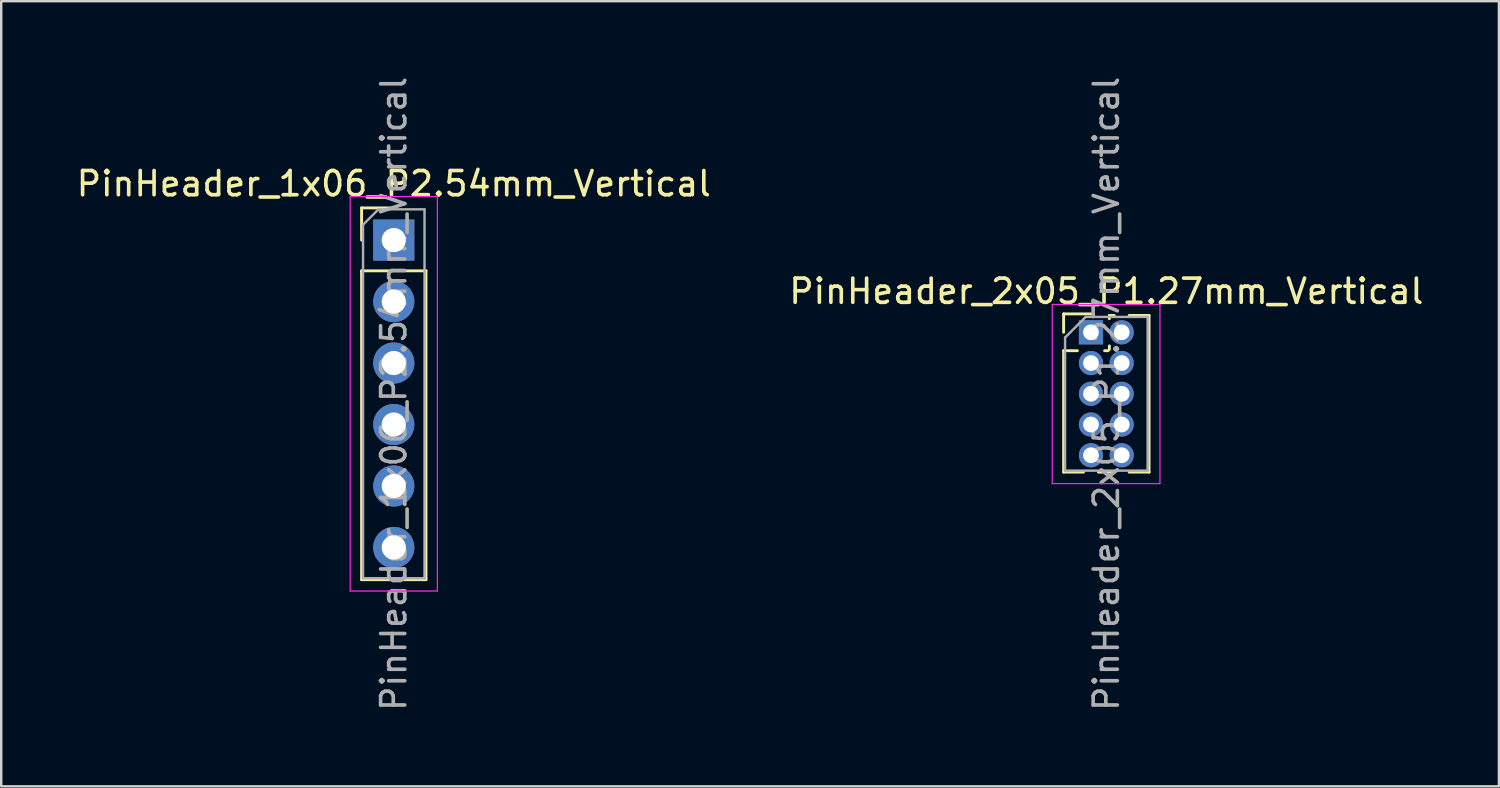
<source format=kicad_pcb>
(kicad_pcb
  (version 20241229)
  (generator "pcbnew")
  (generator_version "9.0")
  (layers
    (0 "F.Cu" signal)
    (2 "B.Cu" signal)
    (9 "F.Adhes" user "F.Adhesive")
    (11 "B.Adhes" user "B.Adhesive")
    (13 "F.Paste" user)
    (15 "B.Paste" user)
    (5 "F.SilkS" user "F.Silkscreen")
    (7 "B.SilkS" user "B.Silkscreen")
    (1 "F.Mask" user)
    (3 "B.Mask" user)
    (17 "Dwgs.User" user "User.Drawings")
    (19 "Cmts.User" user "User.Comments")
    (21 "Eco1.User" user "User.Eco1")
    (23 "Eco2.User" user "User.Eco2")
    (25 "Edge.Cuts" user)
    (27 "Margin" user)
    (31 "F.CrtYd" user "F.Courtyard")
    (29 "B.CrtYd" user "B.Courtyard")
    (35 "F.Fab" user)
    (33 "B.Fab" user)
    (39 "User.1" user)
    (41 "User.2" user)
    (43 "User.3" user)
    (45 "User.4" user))
  (footprint "PinHeader_1x06_P2.54mm_Vertical"
    (layer "F.Cu")
    (at 13.22 6.87)
    (property "Reference" "PinHeader_1x06_P2.54mm_Vertical" (at 0 -2.33 0) (layer "F.SilkS") (effects (font (size 1 1) (thickness 0.15))))
    (attr through_hole)
    (fp_line (start -1.33 -1.33) (end 0 -1.33) (stroke (width 0.12) (type solid)) (layer "F.SilkS"))
    (fp_line (start -1.33 0) (end -1.33 -1.33) (stroke (width 0.12) (type solid)) (layer "F.SilkS"))
    (fp_line (start -1.33 1.27) (end -1.33 14.03) (stroke (width 0.12) (type solid)) (layer "F.SilkS"))
    (fp_line (start -1.33 1.27) (end 1.33 1.27) (stroke (width 0.12) (type solid)) (layer "F.SilkS"))
    (fp_line (start -1.33 14.03) (end 1.33 14.03) (stroke (width 0.12) (type solid)) (layer "F.SilkS"))
    (fp_line (start 1.33 1.27) (end 1.33 14.03) (stroke (width 0.12) (type solid)) (layer "F.SilkS"))
    (fp_line (start -1.8 -1.8) (end -1.8 14.5) (stroke (width 0.05) (type solid)) (layer "F.CrtYd"))
    (fp_line (start -1.8 14.5) (end 1.8 14.5) (stroke (width 0.05) (type solid)) (layer "F.CrtYd"))
    (fp_line (start 1.8 -1.8) (end -1.8 -1.8) (stroke (width 0.05) (type solid)) (layer "F.CrtYd"))
    (fp_line (start 1.8 14.5) (end 1.8 -1.8) (stroke (width 0.05) (type solid)) (layer "F.CrtYd"))
    (fp_line (start -1.27 -0.635) (end -0.635 -1.27) (stroke (width 0.1) (type solid)) (layer "F.Fab"))
    (fp_line (start -1.27 13.97) (end -1.27 -0.635) (stroke (width 0.1) (type solid)) (layer "F.Fab"))
    (fp_line (start -0.635 -1.27) (end 1.27 -1.27) (stroke (width 0.1) (type solid)) (layer "F.Fab"))
    (fp_line (start 1.27 -1.27) (end 1.27 13.97) (stroke (width 0.1) (type solid)) (layer "F.Fab"))
    (fp_line (start 1.27 13.97) (end -1.27 13.97) (stroke (width 0.1) (type solid)) (layer "F.Fab"))
    (fp_text user "${REFERENCE}" (at 0 6.35 90) (layer "F.Fab") (effects (font (size 1 1) (thickness 0.15))))
    (pad "1" thru_hole rect (at 0 0) (size 1.7 1.7) (drill 1) (layers "*.Cu" "*.Mask"))
    (pad "2" thru_hole oval (at 0 2.54) (size 1.7 1.7) (drill 1) (layers "*.Cu" "*.Mask"))
    (pad "3" thru_hole oval (at 0 5.08) (size 1.7 1.7) (drill 1) (layers "*.Cu" "*.Mask"))
    (pad "4" thru_hole oval (at 0 7.62) (size 1.7 1.7) (drill 1) (layers "*.Cu" "*.Mask"))
    (pad "5" thru_hole oval (at 0 10.16) (size 1.7 1.7) (drill 1) (layers "*.Cu" "*.Mask"))
    (pad "6" thru_hole oval (at 0 12.7) (size 1.7 1.7) (drill 1) (layers "*.Cu" "*.Mask")))
  (footprint "PinHeader_2x05_P1.27mm_Vertical"
    (layer "F.Cu")
    (at 42.026 10.68)
    (property "Reference" "PinHeader_2x05_P1.27mm_Vertical" (at 0.635 -1.695 0) (layer "F.SilkS") (effects (font (size 1 1) (thickness 0.15))))
    (attr through_hole)
    (fp_line (start -1.13 -0.76) (end 0 -0.76) (stroke (width 0.12) (type solid)) (layer "F.SilkS"))
    (fp_line (start -1.13 0) (end -1.13 -0.76) (stroke (width 0.12) (type solid)) (layer "F.SilkS"))
    (fp_line (start -1.13 0.76) (end -1.13 5.775) (stroke (width 0.12) (type solid)) (layer "F.SilkS"))
    (fp_line (start -1.13 0.76) (end -0.563 0.76) (stroke (width 0.12) (type solid)) (layer "F.SilkS"))
    (fp_line (start -1.13 5.775) (end -0.308 5.775) (stroke (width 0.12) (type solid)) (layer "F.SilkS"))
    (fp_line (start 0.308 5.775) (end 0.962 5.775) (stroke (width 0.12) (type solid)) (layer "F.SilkS"))
    (fp_line (start 0.563 0.76) (end 0.707 0.76) (stroke (width 0.12) (type solid)) (layer "F.SilkS"))
    (fp_line (start 0.76 -0.695) (end 0.962 -0.695) (stroke (width 0.12) (type solid)) (layer "F.SilkS"))
    (fp_line (start 0.76 -0.563) (end 0.76 -0.695) (stroke (width 0.12) (type solid)) (layer "F.SilkS"))
    (fp_line (start 0.76 0.707) (end 0.76 0.563) (stroke (width 0.12) (type solid)) (layer "F.SilkS"))
    (fp_line (start 1.578 -0.695) (end 2.4 -0.695) (stroke (width 0.12) (type solid)) (layer "F.SilkS"))
    (fp_line (start 1.578 5.775) (end 2.4 5.775) (stroke (width 0.12) (type solid)) (layer "F.SilkS"))
    (fp_line (start 2.4 -0.695) (end 2.4 5.775) (stroke (width 0.12) (type solid)) (layer "F.SilkS"))
    (fp_line (start -1.6 -1.15) (end -1.6 6.25) (stroke (width 0.05) (type solid)) (layer "F.CrtYd"))
    (fp_line (start -1.6 6.25) (end 2.85 6.25) (stroke (width 0.05) (type solid)) (layer "F.CrtYd"))
    (fp_line (start 2.85 -1.15) (end -1.6 -1.15) (stroke (width 0.05) (type solid)) (layer "F.CrtYd"))
    (fp_line (start 2.85 6.25) (end 2.85 -1.15) (stroke (width 0.05) (type solid)) (layer "F.CrtYd"))
    (fp_line (start -1.07 0.217) (end -0.217 -0.635) (stroke (width 0.1) (type solid)) (layer "F.Fab"))
    (fp_line (start -1.07 5.715) (end -1.07 0.217) (stroke (width 0.1) (type solid)) (layer "F.Fab"))
    (fp_line (start -0.217 -0.635) (end 2.34 -0.635) (stroke (width 0.1) (type solid)) (layer "F.Fab"))
    (fp_line (start 2.34 -0.635) (end 2.34 5.715) (stroke (width 0.1) (type solid)) (layer "F.Fab"))
    (fp_line (start 2.34 5.715) (end -1.07 5.715) (stroke (width 0.1) (type solid)) (layer "F.Fab"))
    (fp_text user "${REFERENCE}" (at 0.635 2.54 90) (layer "F.Fab") (effects (font (size 1 1) (thickness 0.15))))
    (pad "1" thru_hole rect (at 0 0) (size 1 1) (drill 0.65) (layers "*.Cu" "*.Mask"))
    (pad "2" thru_hole oval (at 1.27 0) (size 1 1) (drill 0.65) (layers "*.Cu" "*.Mask"))
    (pad "3" thru_hole oval (at 0 1.27) (size 1 1) (drill 0.65) (layers "*.Cu" "*.Mask"))
    (pad "4" thru_hole oval (at 1.27 1.27) (size 1 1) (drill 0.65) (layers "*.Cu" "*.Mask"))
    (pad "5" thru_hole oval (at 0 2.54) (size 1 1) (drill 0.65) (layers "*.Cu" "*.Mask"))
    (pad "6" thru_hole oval (at 1.27 2.54) (size 1 1) (drill 0.65) (layers "*.Cu" "*.Mask"))
    (pad "7" thru_hole oval (at 0 3.81) (size 1 1) (drill 0.65) (layers "*.Cu" "*.Mask"))
    (pad "8" thru_hole oval (at 1.27 3.81) (size 1 1) (drill 0.65) (layers "*.Cu" "*.Mask"))
    (pad "9" thru_hole oval (at 0 5.08) (size 1 1) (drill 0.65) (layers "*.Cu" "*.Mask"))
    (pad "10" thru_hole oval (at 1.27 5.08) (size 1 1) (drill 0.65) (layers "*.Cu" "*.Mask")))
  (gr_rect
    (start -3 -3)
    (end 58.881 29.44)
    (stroke (width 0.1) (type default))
    (fill no)
    (layer "Edge.Cuts")))
</source>
